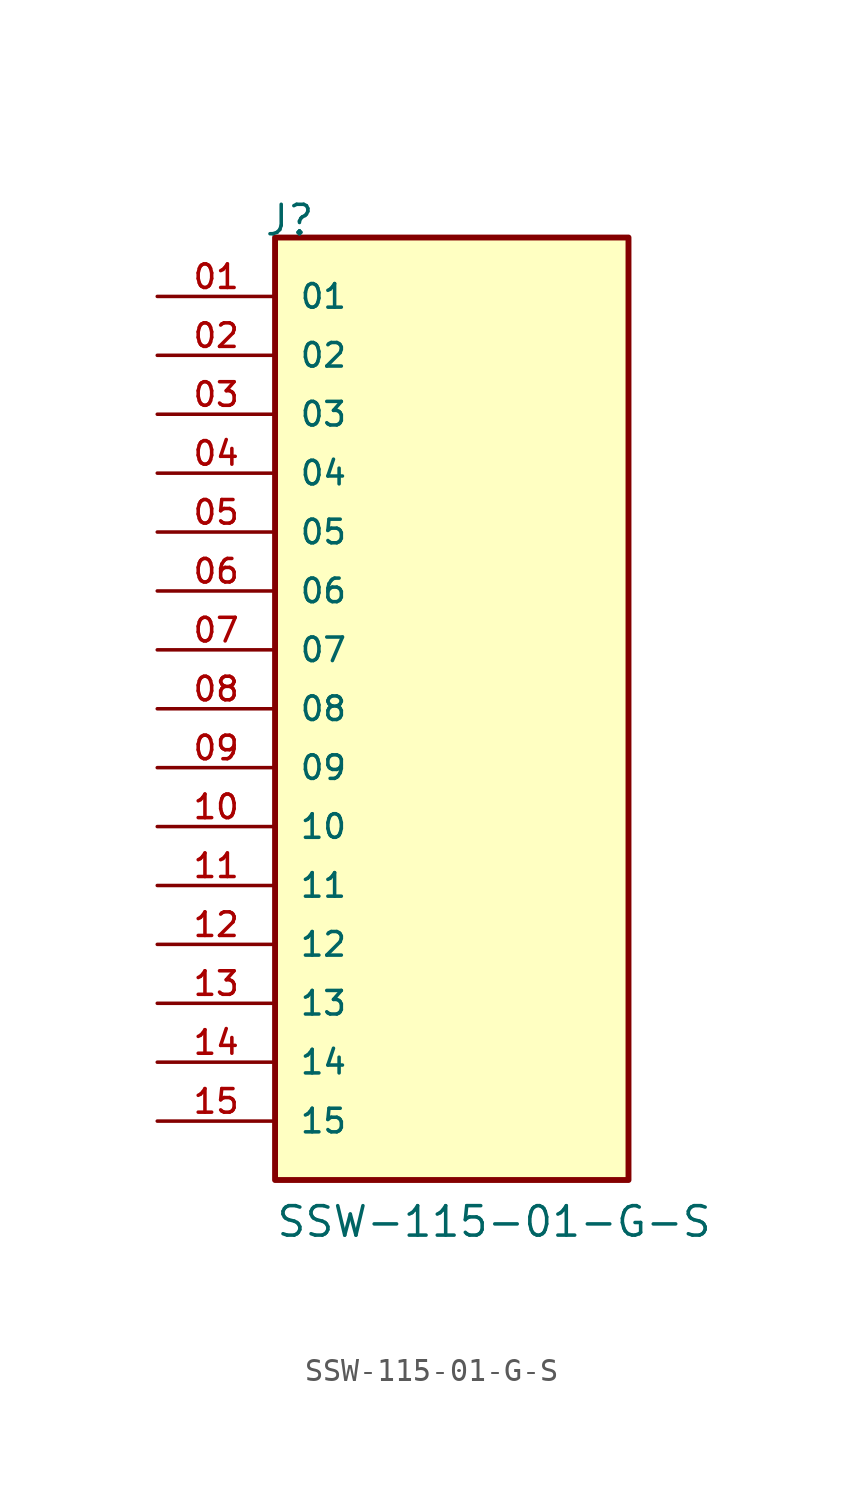
<source format=kicad_sym>
(kicad_symbol_lib
  (version 20211014)
  (generator kicad_symbol_editor)
  (symbol "SSW-115-01-G-S"
    (pin_names
      (offset 1.016))
    (property "Reference" "J"
      (at -8.12 20.32 0)
      (effects (font (size 1.27 1.27)) (justify bottom left)))
    (property "Value" "SSW-115-01-G-S"
      (at -7.62 -22.86 0)
      (effects (font (size 1.27 1.27)) (justify bottom left)))
    (symbol "SSW-115-01-G-S_0_0"
      (rectangle (start -7.62 -20.32) (end 7.62 20.32) (stroke (width 0.254)) (fill (type background)))
      (pin passive line (at -12.7 17.78 0) (length 5.08) (name "01" (effects (font (size 1.016 1.016)))) (number "01" (effects (font (size 1.016 1.016)))))
      (pin passive line (at -12.7 15.24 0) (length 5.08) (name "02" (effects (font (size 1.016 1.016)))) (number "02" (effects (font (size 1.016 1.016)))))
      (pin passive line (at -12.7 12.7 0) (length 5.08) (name "03" (effects (font (size 1.016 1.016)))) (number "03" (effects (font (size 1.016 1.016)))))
      (pin passive line (at -12.7 10.16 0) (length 5.08) (name "04" (effects (font (size 1.016 1.016)))) (number "04" (effects (font (size 1.016 1.016)))))
      (pin passive line (at -12.7 7.62 0) (length 5.08) (name "05" (effects (font (size 1.016 1.016)))) (number "05" (effects (font (size 1.016 1.016)))))
      (pin passive line (at -12.7 5.08 0) (length 5.08) (name "06" (effects (font (size 1.016 1.016)))) (number "06" (effects (font (size 1.016 1.016)))))
      (pin passive line (at -12.7 2.54 0) (length 5.08) (name "07" (effects (font (size 1.016 1.016)))) (number "07" (effects (font (size 1.016 1.016)))))
      (pin passive line (at -12.7 0.0 0) (length 5.08) (name "08" (effects (font (size 1.016 1.016)))) (number "08" (effects (font (size 1.016 1.016)))))
      (pin passive line (at -12.7 -2.54 0) (length 5.08) (name "09" (effects (font (size 1.016 1.016)))) (number "09" (effects (font (size 1.016 1.016)))))
      (pin passive line (at -12.7 -5.08 0) (length 5.08) (name "10" (effects (font (size 1.016 1.016)))) (number "10" (effects (font (size 1.016 1.016)))))
      (pin passive line (at -12.7 -7.62 0) (length 5.08) (name "11" (effects (font (size 1.016 1.016)))) (number "11" (effects (font (size 1.016 1.016)))))
      (pin passive line (at -12.7 -10.16 0) (length 5.08) (name "12" (effects (font (size 1.016 1.016)))) (number "12" (effects (font (size 1.016 1.016)))))
      (pin passive line (at -12.7 -12.7 0) (length 5.08) (name "13" (effects (font (size 1.016 1.016)))) (number "13" (effects (font (size 1.016 1.016)))))
      (pin passive line (at -12.7 -15.24 0) (length 5.08) (name "14" (effects (font (size 1.016 1.016)))) (number "14" (effects (font (size 1.016 1.016)))))
      (pin passive line (at -12.7 -17.78 0) (length 5.08) (name "15" (effects (font (size 1.016 1.016)))) (number "15" (effects (font (size 1.016 1.016))))))))
</source>
